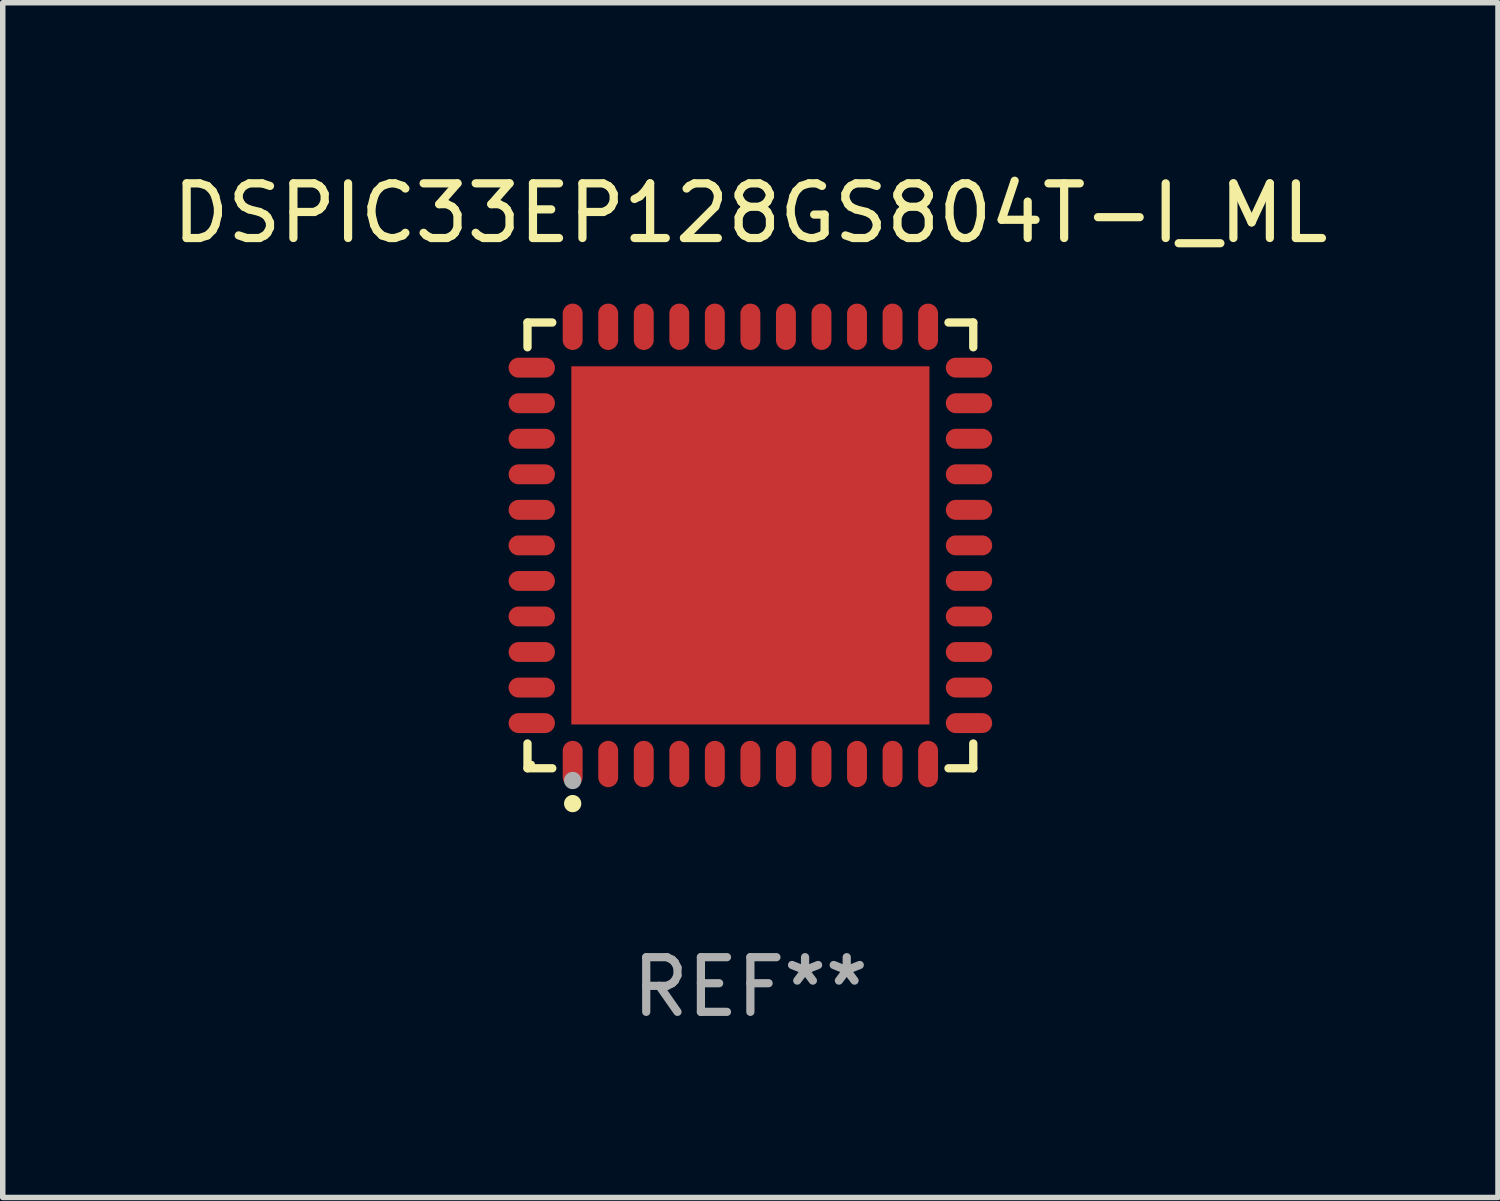
<source format=kicad_pcb>
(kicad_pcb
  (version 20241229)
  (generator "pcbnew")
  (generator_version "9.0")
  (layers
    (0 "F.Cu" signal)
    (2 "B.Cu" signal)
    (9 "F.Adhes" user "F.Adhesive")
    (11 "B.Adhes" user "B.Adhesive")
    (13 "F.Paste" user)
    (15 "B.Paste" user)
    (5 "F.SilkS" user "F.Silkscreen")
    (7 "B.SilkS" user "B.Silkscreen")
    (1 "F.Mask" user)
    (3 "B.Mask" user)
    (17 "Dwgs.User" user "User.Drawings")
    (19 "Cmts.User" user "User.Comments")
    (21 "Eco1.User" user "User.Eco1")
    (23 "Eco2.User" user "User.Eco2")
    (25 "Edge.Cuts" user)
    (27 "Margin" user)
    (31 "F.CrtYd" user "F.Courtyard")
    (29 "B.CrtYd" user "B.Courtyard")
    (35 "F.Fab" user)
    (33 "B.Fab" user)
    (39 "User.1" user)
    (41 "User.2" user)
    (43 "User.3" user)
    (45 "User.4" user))
  (footprint "DSPIC33EP128GS804T-I_ML"
    (layer "F.Cu")
    (at 10.673 6.924)
    (property "Reference" "DSPIC33EP128GS804T-I_ML" (at 0 -6.076 0) (layer "F.SilkS") (effects (font (size 1 1) (thickness 0.15))))
    (attr through_hole)
    (fp_line (start -4.076 -4.076) (end -3.623 -4.076) (stroke (width 0.152) (type solid)) (layer "F.SilkS"))
    (fp_line (start -4.076 -3.623) (end -4.076 -4.076) (stroke (width 0.152) (type solid)) (layer "F.SilkS"))
    (fp_line (start -4.076 3.623) (end -4.076 4.076) (stroke (width 0.152) (type solid)) (layer "F.SilkS"))
    (fp_line (start -4.076 4.076) (end -3.623 4.076) (stroke (width 0.152) (type solid)) (layer "F.SilkS"))
    (fp_line (start 4.076 -4.076) (end 3.623 -4.076) (stroke (width 0.152) (type solid)) (layer "F.SilkS"))
    (fp_line (start 4.076 -3.623) (end 4.076 -4.076) (stroke (width 0.152) (type solid)) (layer "F.SilkS"))
    (fp_line (start 4.076 3.623) (end 4.076 4.076) (stroke (width 0.152) (type solid)) (layer "F.SilkS"))
    (fp_line (start 4.076 4.076) (end 3.623 4.076) (stroke (width 0.152) (type solid)) (layer "F.SilkS"))
    (fp_circle (center -4 4) (end -3.97 4) (stroke (width 0.06) (type solid)) (fill no) (layer "F.SilkS"))
    (fp_circle (center -3.25 4.722) (end -3.171 4.722) (stroke (width 0.158) (type solid)) (fill no) (layer "F.SilkS"))
    (fp_circle (center -3.25 4.3) (end -3.171 4.3) (stroke (width 0.158) (type solid)) (fill no) (layer "F.Fab"))
    (fp_text user "REF**" (at 0 8.076 0) (layer "F.Fab") (effects (font (size 1 1) (thickness 0.15))))
    (pad "1" smd oval (at -3.25 3.998) (size 0.364 0.847) (layers "F.Cu" "F.Mask" "F.Paste"))
    (pad "2" smd oval (at -2.6 3.998) (size 0.364 0.847) (layers "F.Cu" "F.Mask" "F.Paste"))
    (pad "3" smd oval (at -1.95 3.998) (size 0.364 0.847) (layers "F.Cu" "F.Mask" "F.Paste"))
    (pad "4" smd oval (at -1.3 3.998) (size 0.364 0.847) (layers "F.Cu" "F.Mask" "F.Paste"))
    (pad "5" smd oval (at -0.65 3.998) (size 0.364 0.847) (layers "F.Cu" "F.Mask" "F.Paste"))
    (pad "6" smd oval (at 0 3.998) (size 0.364 0.847) (layers "F.Cu" "F.Mask" "F.Paste"))
    (pad "7" smd oval (at 0.65 3.998) (size 0.364 0.847) (layers "F.Cu" "F.Mask" "F.Paste"))
    (pad "8" smd oval (at 1.3 3.998) (size 0.364 0.847) (layers "F.Cu" "F.Mask" "F.Paste"))
    (pad "9" smd oval (at 1.95 3.998) (size 0.364 0.847) (layers "F.Cu" "F.Mask" "F.Paste"))
    (pad "10" smd oval (at 2.6 3.998) (size 0.364 0.847) (layers "F.Cu" "F.Mask" "F.Paste"))
    (pad "11" smd oval (at 3.25 3.998) (size 0.364 0.847) (layers "F.Cu" "F.Mask" "F.Paste"))
    (pad "12" smd oval (at 3.998 3.25) (size 0.847 0.364) (layers "F.Cu" "F.Mask" "F.Paste"))
    (pad "13" smd oval (at 3.998 2.6) (size 0.847 0.364) (layers "F.Cu" "F.Mask" "F.Paste"))
    (pad "14" smd oval (at 3.998 1.95) (size 0.847 0.364) (layers "F.Cu" "F.Mask" "F.Paste"))
    (pad "15" smd oval (at 3.998 1.3) (size 0.847 0.364) (layers "F.Cu" "F.Mask" "F.Paste"))
    (pad "16" smd oval (at 3.998 0.65) (size 0.847 0.364) (layers "F.Cu" "F.Mask" "F.Paste"))
    (pad "17" smd oval (at 3.998 0) (size 0.847 0.364) (layers "F.Cu" "F.Mask" "F.Paste"))
    (pad "18" smd oval (at 3.998 -0.65) (size 0.847 0.364) (layers "F.Cu" "F.Mask" "F.Paste"))
    (pad "19" smd oval (at 3.998 -1.3) (size 0.847 0.364) (layers "F.Cu" "F.Mask" "F.Paste"))
    (pad "20" smd oval (at 3.998 -1.95) (size 0.847 0.364) (layers "F.Cu" "F.Mask" "F.Paste"))
    (pad "21" smd oval (at 3.998 -2.6) (size 0.847 0.364) (layers "F.Cu" "F.Mask" "F.Paste"))
    (pad "22" smd oval (at 3.998 -3.25) (size 0.847 0.364) (layers "F.Cu" "F.Mask" "F.Paste"))
    (pad "23" smd oval (at 3.25 -3.998) (size 0.364 0.847) (layers "F.Cu" "F.Mask" "F.Paste"))
    (pad "24" smd oval (at 2.6 -3.998) (size 0.364 0.847) (layers "F.Cu" "F.Mask" "F.Paste"))
    (pad "25" smd oval (at 1.95 -3.998) (size 0.364 0.847) (layers "F.Cu" "F.Mask" "F.Paste"))
    (pad "26" smd oval (at 1.3 -3.998) (size 0.364 0.847) (layers "F.Cu" "F.Mask" "F.Paste"))
    (pad "27" smd oval (at 0.65 -3.998) (size 0.364 0.847) (layers "F.Cu" "F.Mask" "F.Paste"))
    (pad "28" smd oval (at 0 -3.998) (size 0.364 0.847) (layers "F.Cu" "F.Mask" "F.Paste"))
    (pad "29" smd oval (at -0.65 -3.998) (size 0.364 0.847) (layers "F.Cu" "F.Mask" "F.Paste"))
    (pad "30" smd oval (at -1.3 -3.998) (size 0.364 0.847) (layers "F.Cu" "F.Mask" "F.Paste"))
    (pad "31" smd oval (at -1.95 -3.998) (size 0.364 0.847) (layers "F.Cu" "F.Mask" "F.Paste"))
    (pad "32" smd oval (at -2.6 -3.998) (size 0.364 0.847) (layers "F.Cu" "F.Mask" "F.Paste"))
    (pad "33" smd oval (at -3.25 -3.998) (size 0.364 0.847) (layers "F.Cu" "F.Mask" "F.Paste"))
    (pad "34" smd oval (at -3.998 -3.25) (size 0.847 0.364) (layers "F.Cu" "F.Mask" "F.Paste"))
    (pad "35" smd oval (at -3.998 -2.6) (size 0.847 0.364) (layers "F.Cu" "F.Mask" "F.Paste"))
    (pad "36" smd oval (at -3.998 -1.95) (size 0.847 0.364) (layers "F.Cu" "F.Mask" "F.Paste"))
    (pad "37" smd oval (at -3.998 -1.3) (size 0.847 0.364) (layers "F.Cu" "F.Mask" "F.Paste"))
    (pad "38" smd oval (at -3.998 -0.65) (size 0.847 0.364) (layers "F.Cu" "F.Mask" "F.Paste"))
    (pad "39" smd oval (at -3.998 0) (size 0.847 0.364) (layers "F.Cu" "F.Mask" "F.Paste"))
    (pad "40" smd oval (at -3.998 0.65) (size 0.847 0.364) (layers "F.Cu" "F.Mask" "F.Paste"))
    (pad "41" smd oval (at -3.998 1.3) (size 0.847 0.364) (layers "F.Cu" "F.Mask" "F.Paste"))
    (pad "42" smd oval (at -3.998 1.95) (size 0.847 0.364) (layers "F.Cu" "F.Mask" "F.Paste"))
    (pad "43" smd oval (at -3.998 2.6) (size 0.847 0.364) (layers "F.Cu" "F.Mask" "F.Paste"))
    (pad "44" smd oval (at -3.998 3.25) (size 0.847 0.364) (layers "F.Cu" "F.Mask" "F.Paste"))
    (pad "45" smd rect (at 0 0) (size 6.55 6.55) (layers "F.Cu" "F.Mask" "F.Paste")))
  (gr_rect
    (start -3 -3)
    (end 24.345 18.849)
    (stroke (width 0.1) (type default))
    (fill no)
    (layer "Edge.Cuts")))
</source>
